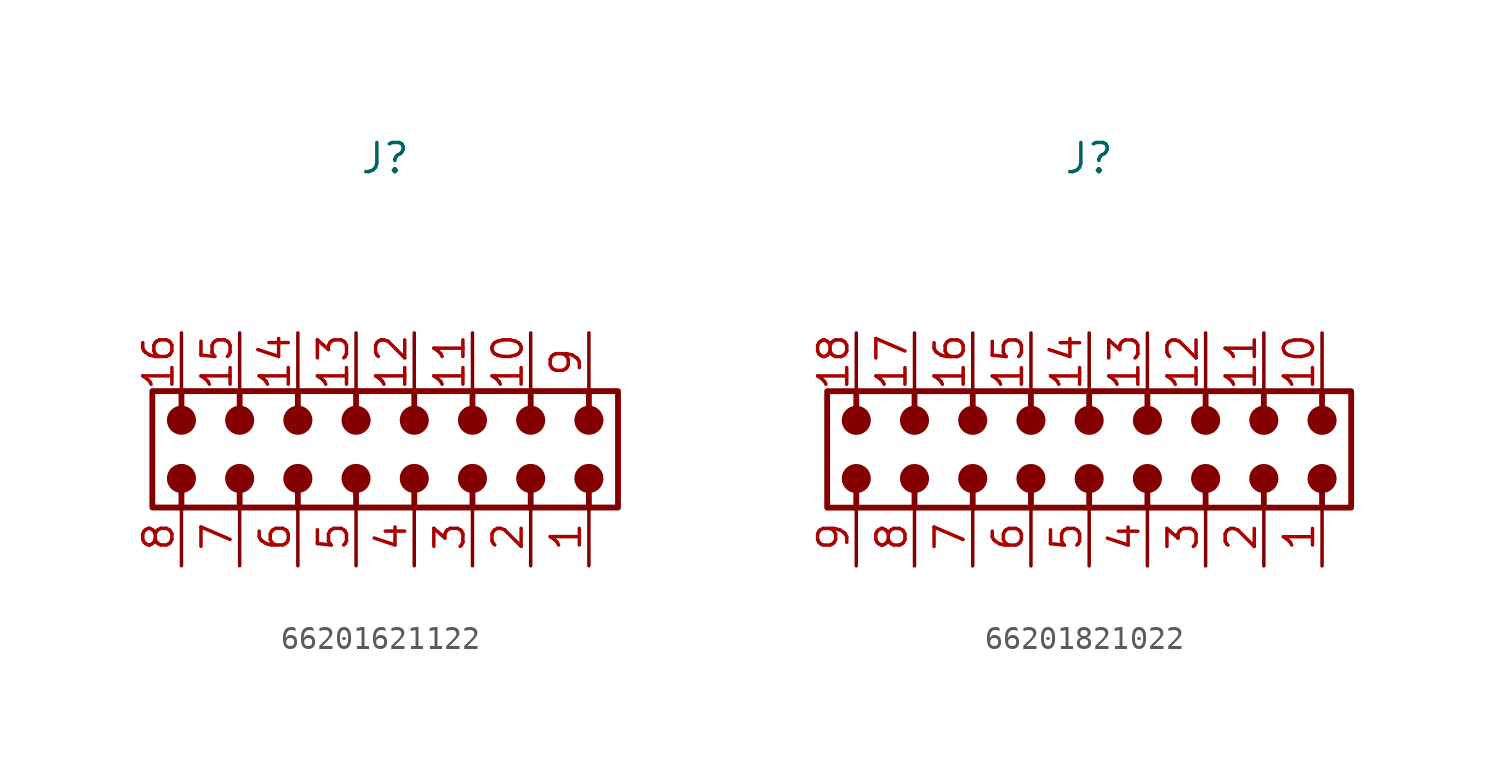
<source format=kicad_sym>
(kicad_symbol_lib
  (version 20241209)
  (generator "kicad_symbol_editor")
  (generator_version "9.0")
  (symbol "66201621122"
    (pin_names
      (hide yes))
    (property "Reference" "J"
      (at 0 12.7 0)
      (effects (font (size 1.27 1.27))))
    (symbol "66201621122_1_1"
      (rectangle (start -10.16 2.54) (end 10.16 -2.54) (stroke (width 0.254) (type solid)) (fill (type none)))
      (polyline (pts (xy -8.89 1.778) (xy -8.89 2.54)) (stroke (width 0.254) (type solid)) (fill (type none)))
      (circle (center -8.89 1.27) (radius 0.508) (stroke (width 0.254) (type solid)) (fill (type outline)))
      (circle (center -8.89 -1.27) (radius 0.508) (stroke (width 0.254) (type solid)) (fill (type outline)))
      (polyline (pts (xy -8.89 -1.778) (xy -8.89 -2.54)) (stroke (width 0.254) (type solid)) (fill (type none)))
      (polyline (pts (xy -6.35 1.778) (xy -6.35 2.54)) (stroke (width 0.254) (type solid)) (fill (type none)))
      (circle (center -6.35 1.27) (radius 0.508) (stroke (width 0.254) (type solid)) (fill (type outline)))
      (circle (center -6.35 -1.27) (radius 0.508) (stroke (width 0.254) (type solid)) (fill (type outline)))
      (polyline (pts (xy -6.35 -1.778) (xy -6.35 -2.54)) (stroke (width 0.254) (type solid)) (fill (type none)))
      (polyline (pts (xy -3.81 1.778) (xy -3.81 2.54)) (stroke (width 0.254) (type solid)) (fill (type none)))
      (circle (center -3.81 1.27) (radius 0.508) (stroke (width 0.254) (type solid)) (fill (type outline)))
      (circle (center -3.81 -1.27) (radius 0.508) (stroke (width 0.254) (type solid)) (fill (type outline)))
      (polyline (pts (xy -3.81 -1.778) (xy -3.81 -2.54)) (stroke (width 0.254) (type solid)) (fill (type none)))
      (polyline (pts (xy -1.27 1.778) (xy -1.27 2.54)) (stroke (width 0.254) (type solid)) (fill (type none)))
      (circle (center -1.27 1.27) (radius 0.508) (stroke (width 0.254) (type solid)) (fill (type outline)))
      (circle (center -1.27 -1.27) (radius 0.508) (stroke (width 0.254) (type solid)) (fill (type outline)))
      (polyline (pts (xy -1.27 -1.778) (xy -1.27 -2.54)) (stroke (width 0.254) (type solid)) (fill (type none)))
      (polyline (pts (xy 1.27 1.778) (xy 1.27 2.54)) (stroke (width 0.254) (type solid)) (fill (type none)))
      (circle (center 1.27 1.27) (radius 0.508) (stroke (width 0.254) (type solid)) (fill (type outline)))
      (circle (center 1.27 -1.27) (radius 0.508) (stroke (width 0.254) (type solid)) (fill (type outline)))
      (polyline (pts (xy 1.27 -1.778) (xy 1.27 -2.54)) (stroke (width 0.254) (type solid)) (fill (type none)))
      (polyline (pts (xy 3.81 1.778) (xy 3.81 2.54)) (stroke (width 0.254) (type solid)) (fill (type none)))
      (circle (center 3.81 1.27) (radius 0.508) (stroke (width 0.254) (type solid)) (fill (type outline)))
      (circle (center 3.81 -1.27) (radius 0.508) (stroke (width 0.254) (type solid)) (fill (type outline)))
      (polyline (pts (xy 3.81 -1.778) (xy 3.81 -2.54)) (stroke (width 0.254) (type solid)) (fill (type none)))
      (polyline (pts (xy 6.35 1.778) (xy 6.35 2.54)) (stroke (width 0.254) (type solid)) (fill (type none)))
      (circle (center 6.35 1.27) (radius 0.508) (stroke (width 0.254) (type solid)) (fill (type outline)))
      (circle (center 6.35 -1.27) (radius 0.508) (stroke (width 0.254) (type solid)) (fill (type outline)))
      (polyline (pts (xy 6.35 -1.778) (xy 6.35 -2.54)) (stroke (width 0.254) (type solid)) (fill (type none)))
      (polyline (pts (xy 8.89 1.778) (xy 8.89 2.54)) (stroke (width 0.254) (type solid)) (fill (type none)))
      (circle (center 8.89 1.27) (radius 0.508) (stroke (width 0.254) (type solid)) (fill (type outline)))
      (circle (center 8.89 -1.27) (radius 0.508) (stroke (width 0.254) (type solid)) (fill (type outline)))
      (polyline (pts (xy 8.89 -1.778) (xy 8.89 -2.54)) (stroke (width 0.254) (type solid)) (fill (type none)))
      (pin passive line (at -8.89 5.08 270) (length 2.54) (name "16" (effects (font (size 1.27 1.27)))) (number "16" (effects (font (size 1.27 1.27)))))
      (pin passive line (at -8.89 -5.08 90) (length 2.54) (name "8" (effects (font (size 1.27 1.27)))) (number "8" (effects (font (size 1.27 1.27)))))
      (pin passive line (at -6.35 5.08 270) (length 2.54) (name "15" (effects (font (size 1.27 1.27)))) (number "15" (effects (font (size 1.27 1.27)))))
      (pin passive line (at -6.35 -5.08 90) (length 2.54) (name "7" (effects (font (size 1.27 1.27)))) (number "7" (effects (font (size 1.27 1.27)))))
      (pin passive line (at -3.81 5.08 270) (length 2.54) (name "14" (effects (font (size 1.27 1.27)))) (number "14" (effects (font (size 1.27 1.27)))))
      (pin passive line (at -3.81 -5.08 90) (length 2.54) (name "6" (effects (font (size 1.27 1.27)))) (number "6" (effects (font (size 1.27 1.27)))))
      (pin passive line (at -1.27 5.08 270) (length 2.54) (name "13" (effects (font (size 1.27 1.27)))) (number "13" (effects (font (size 1.27 1.27)))))
      (pin passive line (at -1.27 -5.08 90) (length 2.54) (name "5" (effects (font (size 1.27 1.27)))) (number "5" (effects (font (size 1.27 1.27)))))
      (pin passive line (at 1.27 5.08 270) (length 2.54) (name "12" (effects (font (size 1.27 1.27)))) (number "12" (effects (font (size 1.27 1.27)))))
      (pin passive line (at 1.27 -5.08 90) (length 2.54) (name "4" (effects (font (size 1.27 1.27)))) (number "4" (effects (font (size 1.27 1.27)))))
      (pin passive line (at 3.81 5.08 270) (length 2.54) (name "11" (effects (font (size 1.27 1.27)))) (number "11" (effects (font (size 1.27 1.27)))))
      (pin passive line (at 3.81 -5.08 90) (length 2.54) (name "3" (effects (font (size 1.27 1.27)))) (number "3" (effects (font (size 1.27 1.27)))))
      (pin passive line (at 6.35 5.08 270) (length 2.54) (name "10" (effects (font (size 1.27 1.27)))) (number "10" (effects (font (size 1.27 1.27)))))
      (pin passive line (at 6.35 -5.08 90) (length 2.54) (name "2" (effects (font (size 1.27 1.27)))) (number "2" (effects (font (size 1.27 1.27)))))
      (pin passive line (at 8.89 5.08 270) (length 2.54) (name "9" (effects (font (size 1.27 1.27)))) (number "9" (effects (font (size 1.27 1.27)))))
      (pin passive line (at 8.89 -5.08 90) (length 2.54) (name "1" (effects (font (size 1.27 1.27)))) (number "1" (effects (font (size 1.27 1.27)))))))
  (symbol "66201821022"
    (pin_names
      (hide yes))
    (property "Reference" "J"
      (at 0 12.7 0)
      (effects (font (size 1.27 1.27))))
    (symbol "66201821022_1_1"
      (rectangle (start -11.43 2.54) (end 11.43 -2.54) (stroke (width 0.254) (type solid)) (fill (type none)))
      (polyline (pts (xy -10.16 1.778) (xy -10.16 2.54)) (stroke (width 0.254) (type solid)) (fill (type none)))
      (circle (center -10.16 1.27) (radius 0.508) (stroke (width 0.254) (type solid)) (fill (type outline)))
      (circle (center -10.16 -1.27) (radius 0.508) (stroke (width 0.254) (type solid)) (fill (type outline)))
      (polyline (pts (xy -10.16 -1.778) (xy -10.16 -2.54)) (stroke (width 0.254) (type solid)) (fill (type none)))
      (polyline (pts (xy -7.62 1.778) (xy -7.62 2.54)) (stroke (width 0.254) (type solid)) (fill (type none)))
      (circle (center -7.62 1.27) (radius 0.508) (stroke (width 0.254) (type solid)) (fill (type outline)))
      (circle (center -7.62 -1.27) (radius 0.508) (stroke (width 0.254) (type solid)) (fill (type outline)))
      (polyline (pts (xy -7.62 -1.778) (xy -7.62 -2.54)) (stroke (width 0.254) (type solid)) (fill (type none)))
      (polyline (pts (xy -5.08 1.778) (xy -5.08 2.54)) (stroke (width 0.254) (type solid)) (fill (type none)))
      (circle (center -5.08 1.27) (radius 0.508) (stroke (width 0.254) (type solid)) (fill (type outline)))
      (circle (center -5.08 -1.27) (radius 0.508) (stroke (width 0.254) (type solid)) (fill (type outline)))
      (polyline (pts (xy -5.08 -1.778) (xy -5.08 -2.54)) (stroke (width 0.254) (type solid)) (fill (type none)))
      (polyline (pts (xy -2.54 1.778) (xy -2.54 2.54)) (stroke (width 0.254) (type solid)) (fill (type none)))
      (circle (center -2.54 1.27) (radius 0.508) (stroke (width 0.254) (type solid)) (fill (type outline)))
      (circle (center -2.54 -1.27) (radius 0.508) (stroke (width 0.254) (type solid)) (fill (type outline)))
      (polyline (pts (xy -2.54 -1.778) (xy -2.54 -2.54)) (stroke (width 0.254) (type solid)) (fill (type none)))
      (polyline (pts (xy 0 1.778) (xy 0 2.54)) (stroke (width 0.254) (type solid)) (fill (type none)))
      (circle (center 0 1.27) (radius 0.508) (stroke (width 0.254) (type solid)) (fill (type outline)))
      (circle (center 0 -1.27) (radius 0.508) (stroke (width 0.254) (type solid)) (fill (type outline)))
      (polyline (pts (xy 0 -1.778) (xy 0 -2.54)) (stroke (width 0.254) (type solid)) (fill (type none)))
      (polyline (pts (xy 2.54 1.778) (xy 2.54 2.54)) (stroke (width 0.254) (type solid)) (fill (type none)))
      (circle (center 2.54 1.27) (radius 0.508) (stroke (width 0.254) (type solid)) (fill (type outline)))
      (circle (center 2.54 -1.27) (radius 0.508) (stroke (width 0.254) (type solid)) (fill (type outline)))
      (polyline (pts (xy 2.54 -1.778) (xy 2.54 -2.54)) (stroke (width 0.254) (type solid)) (fill (type none)))
      (polyline (pts (xy 5.08 1.778) (xy 5.08 2.54)) (stroke (width 0.254) (type solid)) (fill (type none)))
      (circle (center 5.08 1.27) (radius 0.508) (stroke (width 0.254) (type solid)) (fill (type outline)))
      (circle (center 5.08 -1.27) (radius 0.508) (stroke (width 0.254) (type solid)) (fill (type outline)))
      (polyline (pts (xy 5.08 -1.778) (xy 5.08 -2.54)) (stroke (width 0.254) (type solid)) (fill (type none)))
      (polyline (pts (xy 7.62 1.778) (xy 7.62 2.54)) (stroke (width 0.254) (type solid)) (fill (type none)))
      (circle (center 7.62 1.27) (radius 0.508) (stroke (width 0.254) (type solid)) (fill (type outline)))
      (circle (center 7.62 -1.27) (radius 0.508) (stroke (width 0.254) (type solid)) (fill (type outline)))
      (polyline (pts (xy 7.62 -1.778) (xy 7.62 -2.54)) (stroke (width 0.254) (type solid)) (fill (type none)))
      (polyline (pts (xy 10.16 1.778) (xy 10.16 2.54)) (stroke (width 0.254) (type solid)) (fill (type none)))
      (circle (center 10.16 1.27) (radius 0.508) (stroke (width 0.254) (type solid)) (fill (type outline)))
      (circle (center 10.16 -1.27) (radius 0.508) (stroke (width 0.254) (type solid)) (fill (type outline)))
      (polyline (pts (xy 10.16 -1.778) (xy 10.16 -2.54)) (stroke (width 0.254) (type solid)) (fill (type none)))
      (pin passive line (at -10.16 5.08 270) (length 2.54) (name "18" (effects (font (size 1.27 1.27)))) (number "18" (effects (font (size 1.27 1.27)))))
      (pin passive line (at -10.16 -5.08 90) (length 2.54) (name "9" (effects (font (size 1.27 1.27)))) (number "9" (effects (font (size 1.27 1.27)))))
      (pin passive line (at -7.62 5.08 270) (length 2.54) (name "17" (effects (font (size 1.27 1.27)))) (number "17" (effects (font (size 1.27 1.27)))))
      (pin passive line (at -7.62 -5.08 90) (length 2.54) (name "8" (effects (font (size 1.27 1.27)))) (number "8" (effects (font (size 1.27 1.27)))))
      (pin passive line (at -5.08 5.08 270) (length 2.54) (name "16" (effects (font (size 1.27 1.27)))) (number "16" (effects (font (size 1.27 1.27)))))
      (pin passive line (at -5.08 -5.08 90) (length 2.54) (name "7" (effects (font (size 1.27 1.27)))) (number "7" (effects (font (size 1.27 1.27)))))
      (pin passive line (at -2.54 5.08 270) (length 2.54) (name "15" (effects (font (size 1.27 1.27)))) (number "15" (effects (font (size 1.27 1.27)))))
      (pin passive line (at -2.54 -5.08 90) (length 2.54) (name "6" (effects (font (size 1.27 1.27)))) (number "6" (effects (font (size 1.27 1.27)))))
      (pin passive line (at 0 5.08 270) (length 2.54) (name "14" (effects (font (size 1.27 1.27)))) (number "14" (effects (font (size 1.27 1.27)))))
      (pin passive line (at 0 -5.08 90) (length 2.54) (name "5" (effects (font (size 1.27 1.27)))) (number "5" (effects (font (size 1.27 1.27)))))
      (pin passive line (at 2.54 5.08 270) (length 2.54) (name "13" (effects (font (size 1.27 1.27)))) (number "13" (effects (font (size 1.27 1.27)))))
      (pin passive line (at 2.54 -5.08 90) (length 2.54) (name "4" (effects (font (size 1.27 1.27)))) (number "4" (effects (font (size 1.27 1.27)))))
      (pin passive line (at 5.08 5.08 270) (length 2.54) (name "12" (effects (font (size 1.27 1.27)))) (number "12" (effects (font (size 1.27 1.27)))))
      (pin passive line (at 5.08 -5.08 90) (length 2.54) (name "3" (effects (font (size 1.27 1.27)))) (number "3" (effects (font (size 1.27 1.27)))))
      (pin passive line (at 7.62 5.08 270) (length 2.54) (name "11" (effects (font (size 1.27 1.27)))) (number "11" (effects (font (size 1.27 1.27)))))
      (pin passive line (at 7.62 -5.08 90) (length 2.54) (name "2" (effects (font (size 1.27 1.27)))) (number "2" (effects (font (size 1.27 1.27)))))
      (pin passive line (at 10.16 5.08 270) (length 2.54) (name "10" (effects (font (size 1.27 1.27)))) (number "10" (effects (font (size 1.27 1.27)))))
      (pin passive line (at 10.16 -5.08 90) (length 2.54) (name "1" (effects (font (size 1.27 1.27)))) (number "1" (effects (font (size 1.27 1.27))))))))
</source>
